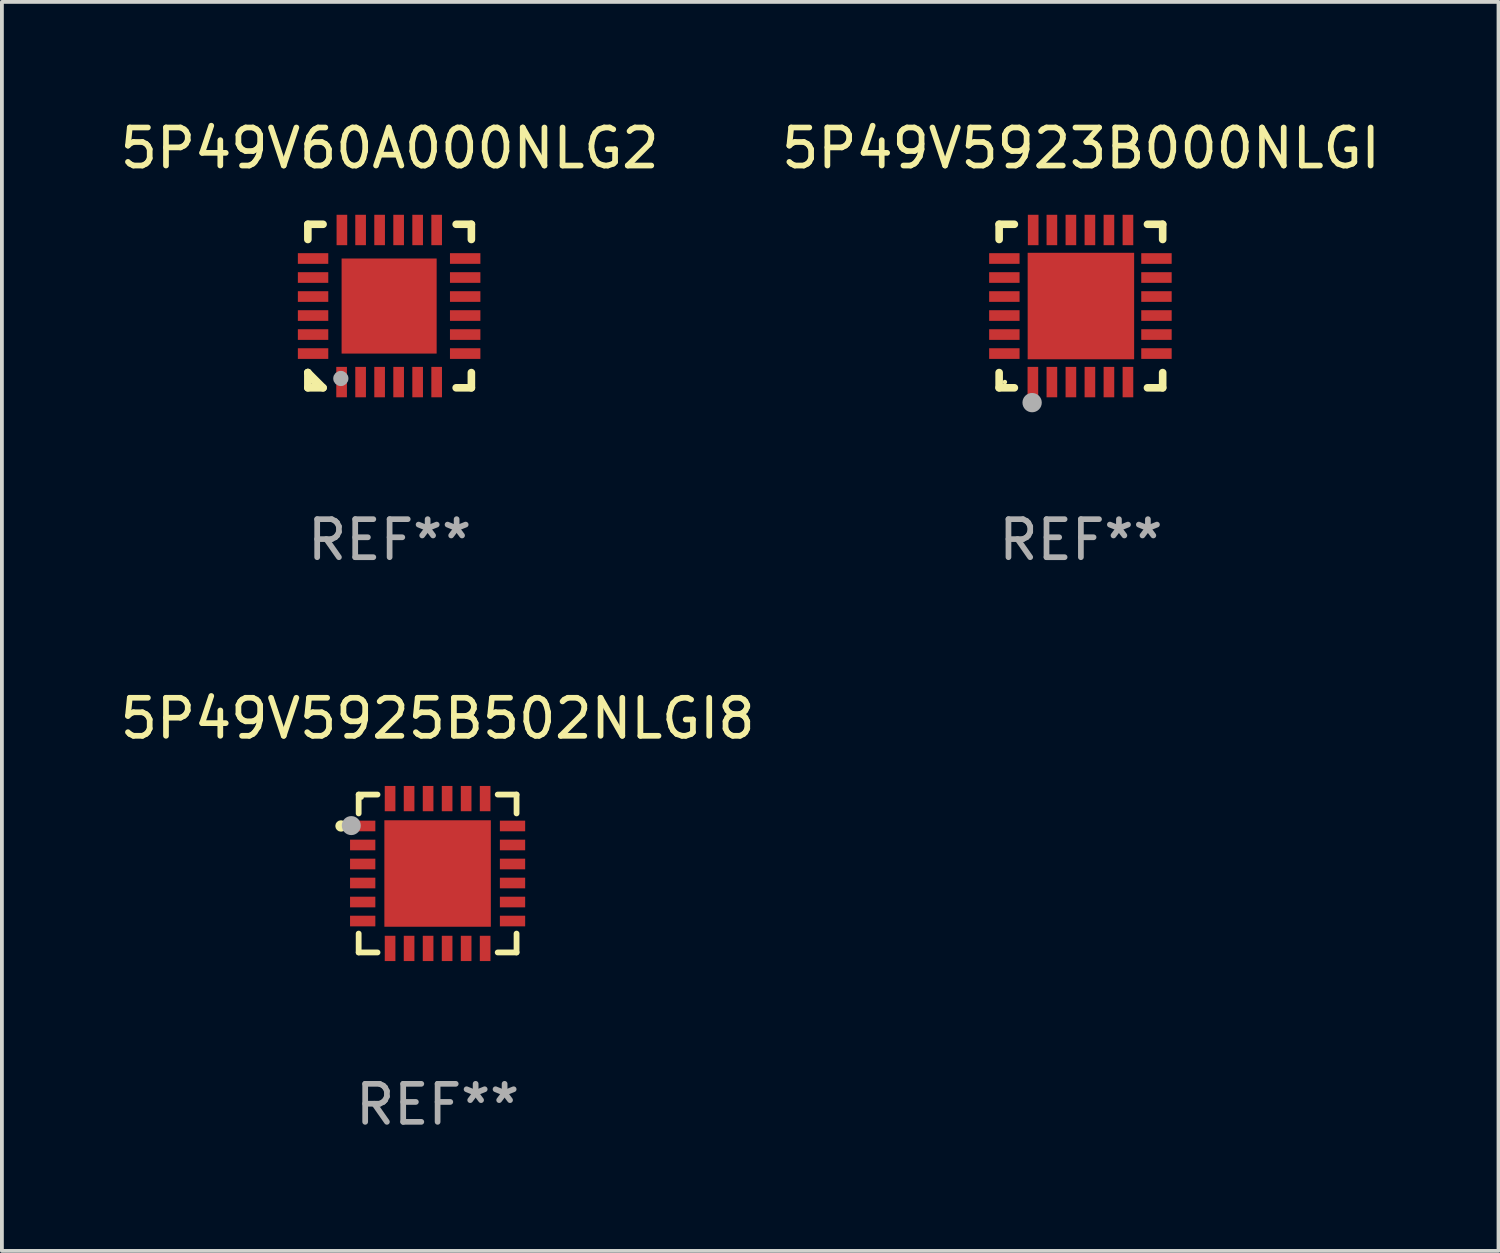
<source format=kicad_pcb>
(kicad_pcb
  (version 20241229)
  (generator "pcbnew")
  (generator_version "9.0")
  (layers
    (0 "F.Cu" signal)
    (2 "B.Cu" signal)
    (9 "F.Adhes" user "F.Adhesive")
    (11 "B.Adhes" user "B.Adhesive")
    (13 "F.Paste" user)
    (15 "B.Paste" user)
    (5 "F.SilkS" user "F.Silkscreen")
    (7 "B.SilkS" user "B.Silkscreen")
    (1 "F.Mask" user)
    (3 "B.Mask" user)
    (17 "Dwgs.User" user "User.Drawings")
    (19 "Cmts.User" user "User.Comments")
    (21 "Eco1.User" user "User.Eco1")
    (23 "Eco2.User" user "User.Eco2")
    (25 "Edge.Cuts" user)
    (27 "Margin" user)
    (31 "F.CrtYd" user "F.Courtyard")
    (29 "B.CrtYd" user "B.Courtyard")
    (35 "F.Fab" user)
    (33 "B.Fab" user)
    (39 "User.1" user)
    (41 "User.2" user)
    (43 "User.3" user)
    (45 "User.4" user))
  (footprint "5P49V60A000NLG2"
    (layer "F.Cu")
    (at 7.196 4.998)
    (property "Reference" "5P49V60A000NLG2" (at 0 -4.15 0) (layer "F.SilkS") (effects (font (size 1 1) (thickness 0.15))))
    (attr through_hole)
    (fp_line (start -2.15 -2.15) (end -1.75 -2.15) (stroke (width 0.2) (type solid)) (layer "F.SilkS"))
    (fp_line (start -2.15 -1.75) (end -2.15 -2.15) (stroke (width 0.2) (type solid)) (layer "F.SilkS"))
    (fp_line (start -2.15 1.75) (end -2.15 1.75) (stroke (width 0.2) (type solid)) (layer "F.SilkS"))
    (fp_line (start -2.15 1.75) (end -1.75 2.15) (stroke (width 0.2) (type solid)) (layer "F.SilkS"))
    (fp_line (start -2.15 2.15) (end -2.15 1.75) (stroke (width 0.2) (type solid)) (layer "F.SilkS"))
    (fp_line (start -1.75 2.15) (end -2.15 2.15) (stroke (width 0.2) (type solid)) (layer "F.SilkS"))
    (fp_line (start 2.15 -2.15) (end 1.75 -2.15) (stroke (width 0.2) (type solid)) (layer "F.SilkS"))
    (fp_line (start 2.15 -1.75) (end 2.15 -2.15) (stroke (width 0.2) (type solid)) (layer "F.SilkS"))
    (fp_line (start 2.15 1.75) (end 2.15 2.15) (stroke (width 0.2) (type solid)) (layer "F.SilkS"))
    (fp_line (start 2.15 2.15) (end 1.75 2.15) (stroke (width 0.2) (type solid)) (layer "F.SilkS"))
    (fp_circle (center -2.013 2) (end -1.983 2) (stroke (width 0.06) (type solid)) (fill no) (layer "F.SilkS"))
    (fp_circle (center -1.283 1.905) (end -1.183 1.905) (stroke (width 0.2) (type solid)) (fill no) (layer "F.Fab"))
    (fp_text user "REF**" (at 0 6.15 0) (layer "F.Fab") (effects (font (size 1 1) (thickness 0.15))))
    (pad "1" smd rect (at -1.263 2 180) (size 0.28 0.8) (layers "F.Cu" "F.Mask" "F.Paste"))
    (pad "2" smd rect (at -0.763 2 180) (size 0.28 0.8) (layers "F.Cu" "F.Mask" "F.Paste"))
    (pad "3" smd rect (at -0.263 2 180) (size 0.28 0.8) (layers "F.Cu" "F.Mask" "F.Paste"))
    (pad "4" smd rect (at 0.237 2 180) (size 0.28 0.8) (layers "F.Cu" "F.Mask" "F.Paste"))
    (pad "5" smd rect (at 0.737 2 180) (size 0.28 0.8) (layers "F.Cu" "F.Mask" "F.Paste"))
    (pad "6" smd rect (at 1.237 2 180) (size 0.28 0.8) (layers "F.Cu" "F.Mask" "F.Paste"))
    (pad "7" smd rect (at 1.987 1.25 90) (size 0.28 0.8) (layers "F.Cu" "F.Mask" "F.Paste"))
    (pad "8" smd rect (at 1.987 0.75 90) (size 0.28 0.8) (layers "F.Cu" "F.Mask" "F.Paste"))
    (pad "9" smd rect (at 1.987 0.25 90) (size 0.28 0.8) (layers "F.Cu" "F.Mask" "F.Paste"))
    (pad "10" smd rect (at 1.987 -0.25 90) (size 0.28 0.8) (layers "F.Cu" "F.Mask" "F.Paste"))
    (pad "11" smd rect (at 1.987 -0.75 90) (size 0.28 0.8) (layers "F.Cu" "F.Mask" "F.Paste"))
    (pad "12" smd rect (at 1.987 -1.25 90) (size 0.28 0.8) (layers "F.Cu" "F.Mask" "F.Paste"))
    (pad "13" smd rect (at 1.237 -2 180) (size 0.28 0.8) (layers "F.Cu" "F.Mask" "F.Paste"))
    (pad "14" smd rect (at 0.737 -2 180) (size 0.28 0.8) (layers "F.Cu" "F.Mask" "F.Paste"))
    (pad "15" smd rect (at 0.237 -2 180) (size 0.28 0.8) (layers "F.Cu" "F.Mask" "F.Paste"))
    (pad "16" smd rect (at -0.263 -2 180) (size 0.28 0.8) (layers "F.Cu" "F.Mask" "F.Paste"))
    (pad "17" smd rect (at -0.763 -2 180) (size 0.28 0.8) (layers "F.Cu" "F.Mask" "F.Paste"))
    (pad "18" smd rect (at -1.255 -2 180) (size 0.28 0.8) (layers "F.Cu" "F.Mask" "F.Paste"))
    (pad "19" smd rect (at -2.013 -1.25 90) (size 0.28 0.8) (layers "F.Cu" "F.Mask" "F.Paste"))
    (pad "20" smd rect (at -2.013 -0.75 90) (size 0.28 0.8) (layers "F.Cu" "F.Mask" "F.Paste"))
    (pad "21" smd rect (at -2.013 -0.25 90) (size 0.28 0.8) (layers "F.Cu" "F.Mask" "F.Paste"))
    (pad "22" smd rect (at -2.013 0.25 90) (size 0.28 0.8) (layers "F.Cu" "F.Mask" "F.Paste"))
    (pad "23" smd rect (at -2.013 0.75 90) (size 0.28 0.8) (layers "F.Cu" "F.Mask" "F.Paste"))
    (pad "24" smd rect (at -2.013 1.25 90) (size 0.28 0.8) (layers "F.Cu" "F.Mask" "F.Paste"))
    (pad "25" smd rect (at -0.013 0 90) (size 2.5 2.5) (layers "F.Cu" "F.Mask" "F.Paste")))
  (footprint "5P49V5925B502NLGI8"
    (layer "F.Cu")
    (at 8.458 19.921)
    (property "Reference" "5P49V5925B502NLGI8" (at 0 -4.076 0) (layer "F.SilkS") (effects (font (size 1 1) (thickness 0.15))))
    (attr through_hole)
    (fp_line (start -2.076 -2.076) (end -2.076 -1.58) (stroke (width 0.152) (type solid)) (layer "F.SilkS"))
    (fp_line (start -2.076 2.076) (end -2.076 1.58) (stroke (width 0.152) (type solid)) (layer "F.SilkS"))
    (fp_line (start -1.58 -2.076) (end -2.076 -2.076) (stroke (width 0.152) (type solid)) (layer "F.SilkS"))
    (fp_line (start -1.58 2.076) (end -2.076 2.076) (stroke (width 0.152) (type solid)) (layer "F.SilkS"))
    (fp_line (start 1.58 -2.076) (end 2.076 -2.076) (stroke (width 0.152) (type solid)) (layer "F.SilkS"))
    (fp_line (start 1.58 2.076) (end 2.076 2.076) (stroke (width 0.152) (type solid)) (layer "F.SilkS"))
    (fp_line (start 2.076 -2.076) (end 2.076 -1.58) (stroke (width 0.152) (type solid)) (layer "F.SilkS"))
    (fp_line (start 2.076 2.076) (end 2.076 1.58) (stroke (width 0.152) (type solid)) (layer "F.SilkS"))
    (fp_circle (center -2.54 -1.25) (end -2.465 -1.25) (stroke (width 0.15) (type solid)) (fill no) (layer "F.SilkS"))
    (fp_circle (center -2 -2) (end -1.97 -2) (stroke (width 0.06) (type solid)) (fill no) (layer "F.SilkS"))
    (fp_circle (center -2.27 -1.26) (end -2.145 -1.26) (stroke (width 0.25) (type solid)) (fill no) (layer "F.Fab"))
    (fp_text user "REF**" (at 0 6.076 0) (layer "F.Fab") (effects (font (size 1 1) (thickness 0.15))))
    (pad "1" smd rect (at -1.97 -1.25) (size 0.665 0.28) (layers "F.Cu" "F.Mask" "F.Paste"))
    (pad "2" smd rect (at -1.97 -0.75) (size 0.665 0.28) (layers "F.Cu" "F.Mask" "F.Paste"))
    (pad "3" smd rect (at -1.97 -0.25) (size 0.665 0.28) (layers "F.Cu" "F.Mask" "F.Paste"))
    (pad "4" smd rect (at -1.97 0.25) (size 0.665 0.28) (layers "F.Cu" "F.Mask" "F.Paste"))
    (pad "5" smd rect (at -1.97 0.75) (size 0.665 0.28) (layers "F.Cu" "F.Mask" "F.Paste"))
    (pad "6" smd rect (at -1.97 1.25) (size 0.665 0.28) (layers "F.Cu" "F.Mask" "F.Paste"))
    (pad "7" smd rect (at -1.25 1.97) (size 0.28 0.665) (layers "F.Cu" "F.Mask" "F.Paste"))
    (pad "8" smd rect (at -0.75 1.97) (size 0.28 0.665) (layers "F.Cu" "F.Mask" "F.Paste"))
    (pad "9" smd rect (at -0.25 1.97) (size 0.28 0.665) (layers "F.Cu" "F.Mask" "F.Paste"))
    (pad "10" smd rect (at 0.25 1.97) (size 0.28 0.665) (layers "F.Cu" "F.Mask" "F.Paste"))
    (pad "11" smd rect (at 0.75 1.97) (size 0.28 0.665) (layers "F.Cu" "F.Mask" "F.Paste"))
    (pad "12" smd rect (at 1.25 1.97) (size 0.28 0.665) (layers "F.Cu" "F.Mask" "F.Paste"))
    (pad "13" smd rect (at 1.97 1.25) (size 0.665 0.28) (layers "F.Cu" "F.Mask" "F.Paste"))
    (pad "14" smd rect (at 1.97 0.75) (size 0.665 0.28) (layers "F.Cu" "F.Mask" "F.Paste"))
    (pad "15" smd rect (at 1.97 0.25) (size 0.665 0.28) (layers "F.Cu" "F.Mask" "F.Paste"))
    (pad "16" smd rect (at 1.97 -0.25) (size 0.665 0.28) (layers "F.Cu" "F.Mask" "F.Paste"))
    (pad "17" smd rect (at 1.97 -0.75) (size 0.665 0.28) (layers "F.Cu" "F.Mask" "F.Paste"))
    (pad "18" smd rect (at 1.97 -1.25) (size 0.665 0.28) (layers "F.Cu" "F.Mask" "F.Paste"))
    (pad "19" smd rect (at 1.25 -1.97) (size 0.28 0.665) (layers "F.Cu" "F.Mask" "F.Paste"))
    (pad "20" smd rect (at 0.75 -1.97) (size 0.28 0.665) (layers "F.Cu" "F.Mask" "F.Paste"))
    (pad "21" smd rect (at 0.25 -1.97) (size 0.28 0.665) (layers "F.Cu" "F.Mask" "F.Paste"))
    (pad "22" smd rect (at -0.25 -1.97) (size 0.28 0.665) (layers "F.Cu" "F.Mask" "F.Paste"))
    (pad "23" smd rect (at -0.75 -1.97) (size 0.28 0.665) (layers "F.Cu" "F.Mask" "F.Paste"))
    (pad "24" smd rect (at -1.25 -1.97) (size 0.28 0.665) (layers "F.Cu" "F.Mask" "F.Paste"))
    (pad "25" smd rect (at 0 0) (size 2.8 2.8) (layers "F.Cu" "F.Mask" "F.Paste")))
  (footprint "5P49V5923B000NLGI"
    (layer "F.Cu")
    (at 25.375 4.998)
    (property "Reference" "5P49V5923B000NLGI" (at 0 -4.15 0) (layer "F.SilkS") (effects (font (size 1 1) (thickness 0.15))))
    (attr through_hole)
    (fp_line (start -2.15 -2.15) (end -1.75 -2.15) (stroke (width 0.2) (type solid)) (layer "F.SilkS"))
    (fp_line (start -2.15 -1.75) (end -2.15 -2.15) (stroke (width 0.2) (type solid)) (layer "F.SilkS"))
    (fp_line (start -2.15 2.15) (end -2.15 1.75) (stroke (width 0.2) (type solid)) (layer "F.SilkS"))
    (fp_line (start -1.75 2.15) (end -2.15 2.15) (stroke (width 0.2) (type solid)) (layer "F.SilkS"))
    (fp_line (start 2.15 -2.15) (end 1.75 -2.15) (stroke (width 0.2) (type solid)) (layer "F.SilkS"))
    (fp_line (start 2.15 -1.75) (end 2.15 -2.15) (stroke (width 0.2) (type solid)) (layer "F.SilkS"))
    (fp_line (start 2.15 1.75) (end 2.15 2.15) (stroke (width 0.2) (type solid)) (layer "F.SilkS"))
    (fp_line (start 2.15 2.15) (end 1.75 2.15) (stroke (width 0.2) (type solid)) (layer "F.SilkS"))
    (fp_circle (center -2 2) (end -1.97 2) (stroke (width 0.06) (type solid)) (fill no) (layer "F.SilkS"))
    (fp_circle (center -1.283 2.54) (end -1.156 2.54) (stroke (width 0.254) (type solid)) (fill no) (layer "F.Fab"))
    (fp_text user "REF**" (at 0 6.15 0) (layer "F.Fab") (effects (font (size 1 1) (thickness 0.15))))
    (pad "1" smd rect (at -1.263 2 180) (size 0.28 0.8) (layers "F.Cu" "F.Mask" "F.Paste"))
    (pad "2" smd rect (at -0.763 2 180) (size 0.28 0.8) (layers "F.Cu" "F.Mask" "F.Paste"))
    (pad "3" smd rect (at -0.263 2 180) (size 0.28 0.8) (layers "F.Cu" "F.Mask" "F.Paste"))
    (pad "4" smd rect (at 0.237 2 180) (size 0.28 0.8) (layers "F.Cu" "F.Mask" "F.Paste"))
    (pad "5" smd rect (at 0.737 2 180) (size 0.28 0.8) (layers "F.Cu" "F.Mask" "F.Paste"))
    (pad "6" smd rect (at 1.237 2 180) (size 0.28 0.8) (layers "F.Cu" "F.Mask" "F.Paste"))
    (pad "7" smd rect (at 1.987 1.25 90) (size 0.28 0.8) (layers "F.Cu" "F.Mask" "F.Paste"))
    (pad "8" smd rect (at 1.987 0.75 90) (size 0.28 0.8) (layers "F.Cu" "F.Mask" "F.Paste"))
    (pad "9" smd rect (at 1.987 0.25 90) (size 0.28 0.8) (layers "F.Cu" "F.Mask" "F.Paste"))
    (pad "10" smd rect (at 1.987 -0.25 90) (size 0.28 0.8) (layers "F.Cu" "F.Mask" "F.Paste"))
    (pad "11" smd rect (at 1.987 -0.75 90) (size 0.28 0.8) (layers "F.Cu" "F.Mask" "F.Paste"))
    (pad "12" smd rect (at 1.987 -1.25 90) (size 0.28 0.8) (layers "F.Cu" "F.Mask" "F.Paste"))
    (pad "13" smd rect (at 1.237 -2 180) (size 0.28 0.8) (layers "F.Cu" "F.Mask" "F.Paste"))
    (pad "14" smd rect (at 0.737 -2 180) (size 0.28 0.8) (layers "F.Cu" "F.Mask" "F.Paste"))
    (pad "15" smd rect (at 0.237 -2 180) (size 0.28 0.8) (layers "F.Cu" "F.Mask" "F.Paste"))
    (pad "16" smd rect (at -0.263 -2 180) (size 0.28 0.8) (layers "F.Cu" "F.Mask" "F.Paste"))
    (pad "17" smd rect (at -0.763 -2 180) (size 0.28 0.8) (layers "F.Cu" "F.Mask" "F.Paste"))
    (pad "18" smd rect (at -1.255 -2 180) (size 0.28 0.8) (layers "F.Cu" "F.Mask" "F.Paste"))
    (pad "19" smd rect (at -2.013 -1.25 90) (size 0.28 0.8) (layers "F.Cu" "F.Mask" "F.Paste"))
    (pad "20" smd rect (at -2.013 -0.75 90) (size 0.28 0.8) (layers "F.Cu" "F.Mask" "F.Paste"))
    (pad "21" smd rect (at -2.013 -0.25 90) (size 0.28 0.8) (layers "F.Cu" "F.Mask" "F.Paste"))
    (pad "22" smd rect (at -2.013 0.25 90) (size 0.28 0.8) (layers "F.Cu" "F.Mask" "F.Paste"))
    (pad "23" smd rect (at -2.013 0.75 90) (size 0.28 0.8) (layers "F.Cu" "F.Mask" "F.Paste"))
    (pad "24" smd rect (at -2.013 1.25 90) (size 0.28 0.8) (layers "F.Cu" "F.Mask" "F.Paste"))
    (pad "25" smd rect (at -0.000013 0 90) (size 2.8 2.8) (layers "F.Cu" "F.Mask" "F.Paste")))
  (gr_rect
    (start -3 -3)
    (end 36.357 29.846)
    (stroke (width 0.1) (type default))
    (fill no)
    (layer "Edge.Cuts")))
</source>
